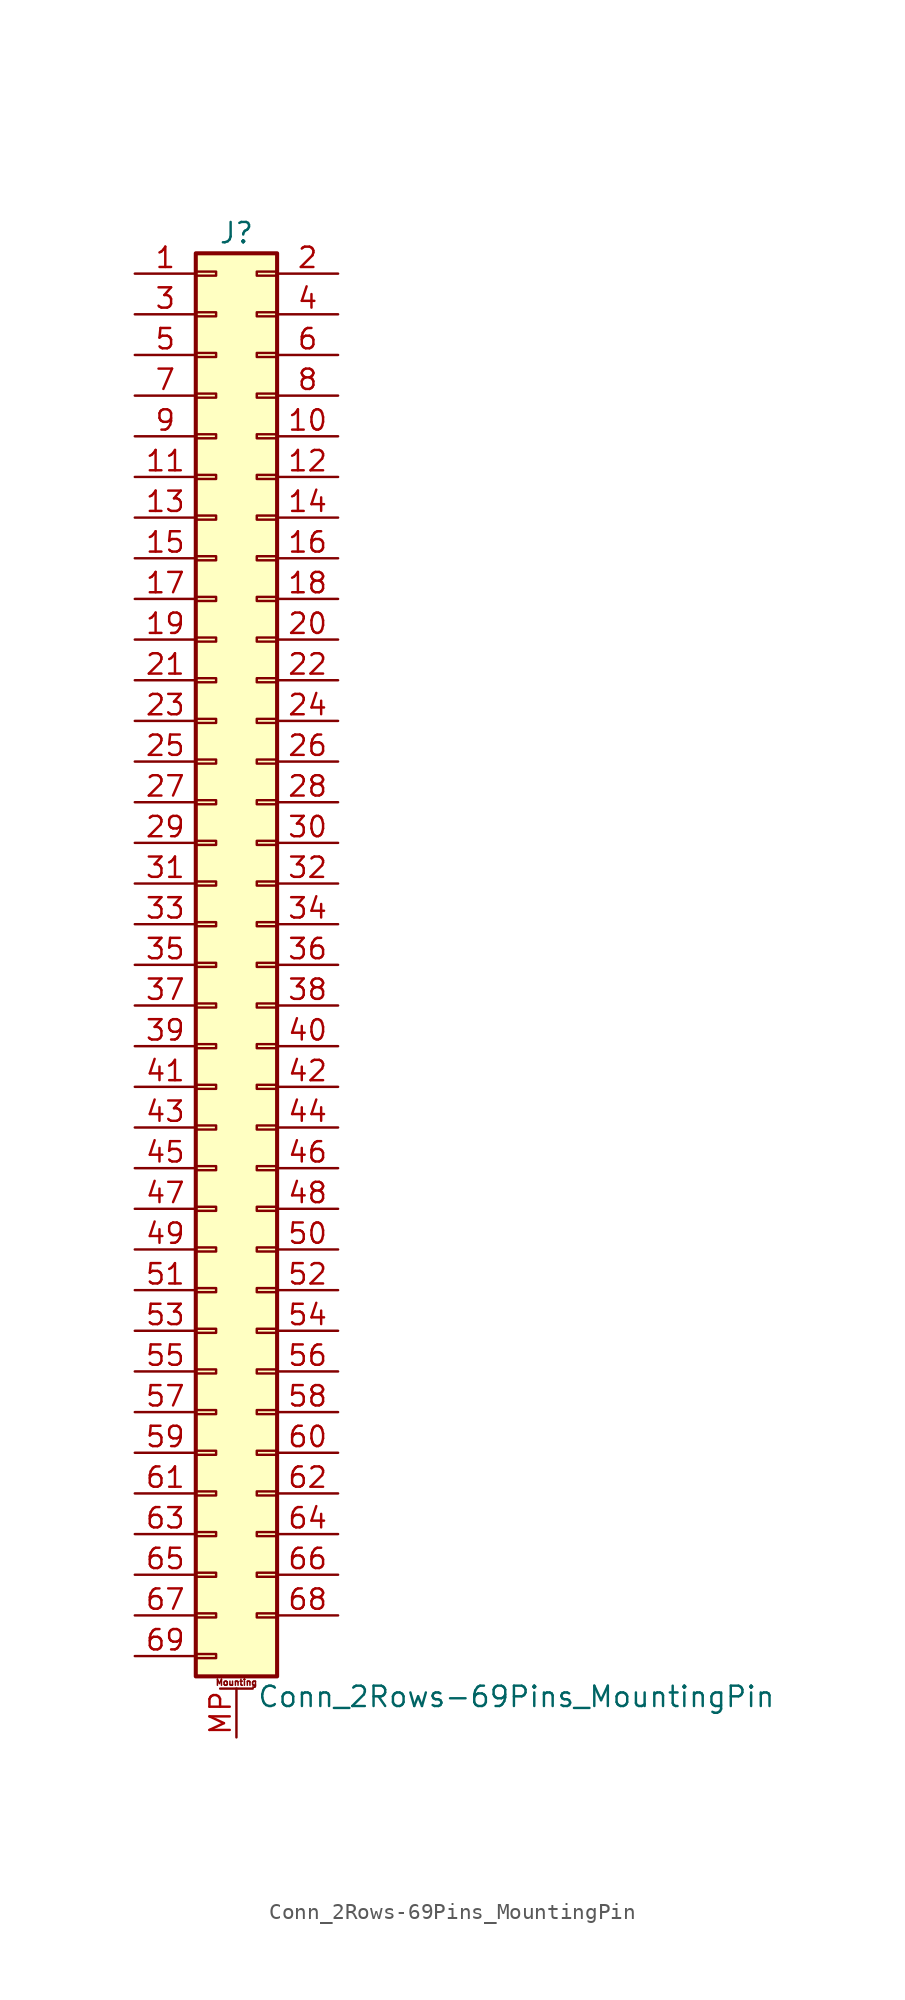
<source format=kicad_sym>
(kicad_symbol_lib
  (version 20200908)
  (generator kicad_symbol_editor)
  (symbol "Connector_Generic_MountingPin:Conn_2Rows-69Pins_MountingPin"
    (pin_names
      (offset 1.016) hide)
    (property "Reference" "J"
      (at 1.27 45.72 0)
      (effects (font (size 1.27 1.27))))
    (property "Value" "Conn_2Rows-69Pins_MountingPin"
      (at 2.54 -45.72 0)
      (effects (font (size 1.27 1.27)) (justify left)))
    (symbol "Conn_2Rows-69Pins_MountingPin_1_1"
      (text "Mounting" (at 1.27 -44.831 0) (effects (font (size 0.381 0.381))))
      (rectangle (start -1.27 -27.813) (end 0 -28.067) (stroke (width 0.152)) (fill (type none)))
      (rectangle (start -1.27 -30.353) (end 0 -30.607) (stroke (width 0.152)) (fill (type none)))
      (rectangle (start -1.27 -32.893) (end 0 -33.147) (stroke (width 0.152)) (fill (type none)))
      (rectangle (start -1.27 -35.433) (end 0 -35.687) (stroke (width 0.152)) (fill (type none)))
      (rectangle (start -1.27 -37.973) (end 0 -38.227) (stroke (width 0.152)) (fill (type none)))
      (rectangle (start -1.27 -40.513) (end 0 -40.767) (stroke (width 0.152)) (fill (type none)))
      (rectangle (start -1.27 -43.053) (end 0 -43.307) (stroke (width 0.152)) (fill (type none)))
      (rectangle (start -1.27 -4.953) (end 0 -5.207) (stroke (width 0.152)) (fill (type none)))
      (rectangle (start -1.27 -7.493) (end 0 -7.747) (stroke (width 0.152)) (fill (type none)))
      (rectangle (start -1.27 -10.033) (end 0 -10.287) (stroke (width 0.152)) (fill (type none)))
      (rectangle (start -1.27 -12.573) (end 0 -12.827) (stroke (width 0.152)) (fill (type none)))
      (rectangle (start -1.27 -15.113) (end 0 -15.367) (stroke (width 0.152)) (fill (type none)))
      (rectangle (start -1.27 -17.653) (end 0 -17.907) (stroke (width 0.152)) (fill (type none)))
      (rectangle (start -1.27 -20.193) (end 0 -20.447) (stroke (width 0.152)) (fill (type none)))
      (rectangle (start -1.27 -22.733) (end 0 -22.987) (stroke (width 0.152)) (fill (type none)))
      (rectangle (start -1.27 -2.413) (end 0 -2.667) (stroke (width 0.152)) (fill (type none)))
      (rectangle (start -1.27 -25.273) (end 0 -25.527) (stroke (width 0.152)) (fill (type none)))
      (rectangle (start -1.27 25.527) (end 0 25.273) (stroke (width 0.152)) (fill (type none)))
      (rectangle (start -1.27 2.667) (end 0 2.413) (stroke (width 0.152)) (fill (type none)))
      (rectangle (start -1.27 28.067) (end 0 27.813) (stroke (width 0.152)) (fill (type none)))
      (rectangle (start -1.27 30.607) (end 0 30.353) (stroke (width 0.152)) (fill (type none)))
      (rectangle (start -1.27 33.147) (end 0 32.893) (stroke (width 0.152)) (fill (type none)))
      (rectangle (start -1.27 35.687) (end 0 35.433) (stroke (width 0.152)) (fill (type none)))
      (rectangle (start -1.27 38.227) (end 0 37.973) (stroke (width 0.152)) (fill (type none)))
      (rectangle (start -1.27 40.767) (end 0 40.513) (stroke (width 0.152)) (fill (type none)))
      (rectangle (start -1.27 43.307) (end 0 43.053) (stroke (width 0.152)) (fill (type none)))
      (rectangle (start -1.27 44.45) (end 3.81 -44.45) (stroke (width 0.254)) (fill (type background)))
      (rectangle (start -1.27 5.207) (end 0 4.953) (stroke (width 0.152)) (fill (type none)))
      (rectangle (start -1.27 7.747) (end 0 7.493) (stroke (width 0.152)) (fill (type none)))
      (rectangle (start -1.27 10.287) (end 0 10.033) (stroke (width 0.152)) (fill (type none)))
      (rectangle (start -1.27 0.127) (end 0 -0.127) (stroke (width 0.152)) (fill (type none)))
      (rectangle (start -1.27 12.827) (end 0 12.573) (stroke (width 0.152)) (fill (type none)))
      (rectangle (start -1.27 15.367) (end 0 15.113) (stroke (width 0.152)) (fill (type none)))
      (rectangle (start -1.27 17.907) (end 0 17.653) (stroke (width 0.152)) (fill (type none)))
      (rectangle (start -1.27 20.447) (end 0 20.193) (stroke (width 0.152)) (fill (type none)))
      (rectangle (start -1.27 22.987) (end 0 22.733) (stroke (width 0.152)) (fill (type none)))
      (rectangle (start 3.81 -27.813) (end 2.54 -28.067) (stroke (width 0.152)) (fill (type none)))
      (rectangle (start 3.81 -30.353) (end 2.54 -30.607) (stroke (width 0.152)) (fill (type none)))
      (rectangle (start 3.81 -32.893) (end 2.54 -33.147) (stroke (width 0.152)) (fill (type none)))
      (rectangle (start 3.81 -35.433) (end 2.54 -35.687) (stroke (width 0.152)) (fill (type none)))
      (rectangle (start 3.81 -37.973) (end 2.54 -38.227) (stroke (width 0.152)) (fill (type none)))
      (rectangle (start 3.81 -40.513) (end 2.54 -40.767) (stroke (width 0.152)) (fill (type none)))
      (rectangle (start 3.81 -4.953) (end 2.54 -5.207) (stroke (width 0.152)) (fill (type none)))
      (rectangle (start 3.81 -7.493) (end 2.54 -7.747) (stroke (width 0.152)) (fill (type none)))
      (rectangle (start 3.81 -10.033) (end 2.54 -10.287) (stroke (width 0.152)) (fill (type none)))
      (rectangle (start 3.81 -12.573) (end 2.54 -12.827) (stroke (width 0.152)) (fill (type none)))
      (rectangle (start 3.81 -15.113) (end 2.54 -15.367) (stroke (width 0.152)) (fill (type none)))
      (rectangle (start 3.81 -17.653) (end 2.54 -17.907) (stroke (width 0.152)) (fill (type none)))
      (rectangle (start 3.81 -20.193) (end 2.54 -20.447) (stroke (width 0.152)) (fill (type none)))
      (rectangle (start 3.81 -22.733) (end 2.54 -22.987) (stroke (width 0.152)) (fill (type none)))
      (rectangle (start 3.81 -2.413) (end 2.54 -2.667) (stroke (width 0.152)) (fill (type none)))
      (rectangle (start 3.81 -25.273) (end 2.54 -25.527) (stroke (width 0.152)) (fill (type none)))
      (rectangle (start 3.81 25.527) (end 2.54 25.273) (stroke (width 0.152)) (fill (type none)))
      (rectangle (start 3.81 2.667) (end 2.54 2.413) (stroke (width 0.152)) (fill (type none)))
      (rectangle (start 3.81 28.067) (end 2.54 27.813) (stroke (width 0.152)) (fill (type none)))
      (rectangle (start 3.81 30.607) (end 2.54 30.353) (stroke (width 0.152)) (fill (type none)))
      (rectangle (start 3.81 33.147) (end 2.54 32.893) (stroke (width 0.152)) (fill (type none)))
      (rectangle (start 3.81 35.687) (end 2.54 35.433) (stroke (width 0.152)) (fill (type none)))
      (rectangle (start 3.81 38.227) (end 2.54 37.973) (stroke (width 0.152)) (fill (type none)))
      (rectangle (start 3.81 40.767) (end 2.54 40.513) (stroke (width 0.152)) (fill (type none)))
      (rectangle (start 3.81 43.307) (end 2.54 43.053) (stroke (width 0.152)) (fill (type none)))
      (rectangle (start 3.81 5.207) (end 2.54 4.953) (stroke (width 0.152)) (fill (type none)))
      (rectangle (start 3.81 7.747) (end 2.54 7.493) (stroke (width 0.152)) (fill (type none)))
      (rectangle (start 3.81 10.287) (end 2.54 10.033) (stroke (width 0.152)) (fill (type none)))
      (rectangle (start 3.81 0.127) (end 2.54 -0.127) (stroke (width 0.152)) (fill (type none)))
      (rectangle (start 3.81 12.827) (end 2.54 12.573) (stroke (width 0.152)) (fill (type none)))
      (rectangle (start 3.81 15.367) (end 2.54 15.113) (stroke (width 0.152)) (fill (type none)))
      (rectangle (start 3.81 17.907) (end 2.54 17.653) (stroke (width 0.152)) (fill (type none)))
      (rectangle (start 3.81 20.447) (end 2.54 20.193) (stroke (width 0.152)) (fill (type none)))
      (rectangle (start 3.81 22.987) (end 2.54 22.733) (stroke (width 0.152)) (fill (type none)))
      (polyline (pts (xy 0.254 -45.212) (xy 2.286 -45.212)) (stroke (width 0.152)) (fill (type none)))
      (pin passive line (at 1.27 -48.26 90) (length 3.048) (name "MountPin" (effects (font (size 1.27 1.27)))) (number "MP" (effects (font (size 1.27 1.27)))))
      (pin passive line (at -5.08 43.18 0) (length 3.81) (name "Pin_1" (effects (font (size 1.27 1.27)))) (number "1" (effects (font (size 1.27 1.27)))))
      (pin passive line (at 7.62 33.02 180) (length 3.81) (name "Pin_10" (effects (font (size 1.27 1.27)))) (number "10" (effects (font (size 1.27 1.27)))))
      (pin passive line (at -5.08 30.48 0) (length 3.81) (name "Pin_11" (effects (font (size 1.27 1.27)))) (number "11" (effects (font (size 1.27 1.27)))))
      (pin passive line (at 7.62 30.48 180) (length 3.81) (name "Pin_12" (effects (font (size 1.27 1.27)))) (number "12" (effects (font (size 1.27 1.27)))))
      (pin passive line (at -5.08 27.94 0) (length 3.81) (name "Pin_13" (effects (font (size 1.27 1.27)))) (number "13" (effects (font (size 1.27 1.27)))))
      (pin passive line (at 7.62 27.94 180) (length 3.81) (name "Pin_14" (effects (font (size 1.27 1.27)))) (number "14" (effects (font (size 1.27 1.27)))))
      (pin passive line (at -5.08 25.4 0) (length 3.81) (name "Pin_15" (effects (font (size 1.27 1.27)))) (number "15" (effects (font (size 1.27 1.27)))))
      (pin passive line (at 7.62 25.4 180) (length 3.81) (name "Pin_16" (effects (font (size 1.27 1.27)))) (number "16" (effects (font (size 1.27 1.27)))))
      (pin passive line (at -5.08 22.86 0) (length 3.81) (name "Pin_17" (effects (font (size 1.27 1.27)))) (number "17" (effects (font (size 1.27 1.27)))))
      (pin passive line (at 7.62 22.86 180) (length 3.81) (name "Pin_18" (effects (font (size 1.27 1.27)))) (number "18" (effects (font (size 1.27 1.27)))))
      (pin passive line (at -5.08 20.32 0) (length 3.81) (name "Pin_19" (effects (font (size 1.27 1.27)))) (number "19" (effects (font (size 1.27 1.27)))))
      (pin passive line (at 7.62 43.18 180) (length 3.81) (name "Pin_2" (effects (font (size 1.27 1.27)))) (number "2" (effects (font (size 1.27 1.27)))))
      (pin passive line (at 7.62 20.32 180) (length 3.81) (name "Pin_20" (effects (font (size 1.27 1.27)))) (number "20" (effects (font (size 1.27 1.27)))))
      (pin passive line (at -5.08 17.78 0) (length 3.81) (name "Pin_21" (effects (font (size 1.27 1.27)))) (number "21" (effects (font (size 1.27 1.27)))))
      (pin passive line (at 7.62 17.78 180) (length 3.81) (name "Pin_22" (effects (font (size 1.27 1.27)))) (number "22" (effects (font (size 1.27 1.27)))))
      (pin passive line (at -5.08 15.24 0) (length 3.81) (name "Pin_23" (effects (font (size 1.27 1.27)))) (number "23" (effects (font (size 1.27 1.27)))))
      (pin passive line (at 7.62 15.24 180) (length 3.81) (name "Pin_24" (effects (font (size 1.27 1.27)))) (number "24" (effects (font (size 1.27 1.27)))))
      (pin passive line (at -5.08 12.7 0) (length 3.81) (name "Pin_25" (effects (font (size 1.27 1.27)))) (number "25" (effects (font (size 1.27 1.27)))))
      (pin passive line (at 7.62 12.7 180) (length 3.81) (name "Pin_26" (effects (font (size 1.27 1.27)))) (number "26" (effects (font (size 1.27 1.27)))))
      (pin passive line (at -5.08 10.16 0) (length 3.81) (name "Pin_27" (effects (font (size 1.27 1.27)))) (number "27" (effects (font (size 1.27 1.27)))))
      (pin passive line (at 7.62 10.16 180) (length 3.81) (name "Pin_28" (effects (font (size 1.27 1.27)))) (number "28" (effects (font (size 1.27 1.27)))))
      (pin passive line (at -5.08 7.62 0) (length 3.81) (name "Pin_29" (effects (font (size 1.27 1.27)))) (number "29" (effects (font (size 1.27 1.27)))))
      (pin passive line (at -5.08 40.64 0) (length 3.81) (name "Pin_3" (effects (font (size 1.27 1.27)))) (number "3" (effects (font (size 1.27 1.27)))))
      (pin passive line (at 7.62 7.62 180) (length 3.81) (name "Pin_30" (effects (font (size 1.27 1.27)))) (number "30" (effects (font (size 1.27 1.27)))))
      (pin passive line (at -5.08 5.08 0) (length 3.81) (name "Pin_31" (effects (font (size 1.27 1.27)))) (number "31" (effects (font (size 1.27 1.27)))))
      (pin passive line (at 7.62 5.08 180) (length 3.81) (name "Pin_32" (effects (font (size 1.27 1.27)))) (number "32" (effects (font (size 1.27 1.27)))))
      (pin passive line (at -5.08 2.54 0) (length 3.81) (name "Pin_33" (effects (font (size 1.27 1.27)))) (number "33" (effects (font (size 1.27 1.27)))))
      (pin passive line (at 7.62 2.54 180) (length 3.81) (name "Pin_34" (effects (font (size 1.27 1.27)))) (number "34" (effects (font (size 1.27 1.27)))))
      (pin passive line (at -5.08 0 0) (length 3.81) (name "Pin_35" (effects (font (size 1.27 1.27)))) (number "35" (effects (font (size 1.27 1.27)))))
      (pin passive line (at 7.62 0 180) (length 3.81) (name "Pin_36" (effects (font (size 1.27 1.27)))) (number "36" (effects (font (size 1.27 1.27)))))
      (pin passive line (at -5.08 -2.54 0) (length 3.81) (name "Pin_37" (effects (font (size 1.27 1.27)))) (number "37" (effects (font (size 1.27 1.27)))))
      (pin passive line (at 7.62 -2.54 180) (length 3.81) (name "Pin_38" (effects (font (size 1.27 1.27)))) (number "38" (effects (font (size 1.27 1.27)))))
      (pin passive line (at -5.08 -5.08 0) (length 3.81) (name "Pin_39" (effects (font (size 1.27 1.27)))) (number "39" (effects (font (size 1.27 1.27)))))
      (pin passive line (at 7.62 40.64 180) (length 3.81) (name "Pin_4" (effects (font (size 1.27 1.27)))) (number "4" (effects (font (size 1.27 1.27)))))
      (pin passive line (at 7.62 -5.08 180) (length 3.81) (name "Pin_40" (effects (font (size 1.27 1.27)))) (number "40" (effects (font (size 1.27 1.27)))))
      (pin passive line (at -5.08 -7.62 0) (length 3.81) (name "Pin_41" (effects (font (size 1.27 1.27)))) (number "41" (effects (font (size 1.27 1.27)))))
      (pin passive line (at 7.62 -7.62 180) (length 3.81) (name "Pin_42" (effects (font (size 1.27 1.27)))) (number "42" (effects (font (size 1.27 1.27)))))
      (pin passive line (at -5.08 -10.16 0) (length 3.81) (name "Pin_43" (effects (font (size 1.27 1.27)))) (number "43" (effects (font (size 1.27 1.27)))))
      (pin passive line (at 7.62 -10.16 180) (length 3.81) (name "Pin_44" (effects (font (size 1.27 1.27)))) (number "44" (effects (font (size 1.27 1.27)))))
      (pin passive line (at -5.08 -12.7 0) (length 3.81) (name "Pin_45" (effects (font (size 1.27 1.27)))) (number "45" (effects (font (size 1.27 1.27)))))
      (pin passive line (at 7.62 -12.7 180) (length 3.81) (name "Pin_46" (effects (font (size 1.27 1.27)))) (number "46" (effects (font (size 1.27 1.27)))))
      (pin passive line (at -5.08 -15.24 0) (length 3.81) (name "Pin_47" (effects (font (size 1.27 1.27)))) (number "47" (effects (font (size 1.27 1.27)))))
      (pin passive line (at 7.62 -15.24 180) (length 3.81) (name "Pin_48" (effects (font (size 1.27 1.27)))) (number "48" (effects (font (size 1.27 1.27)))))
      (pin passive line (at -5.08 -17.78 0) (length 3.81) (name "Pin_49" (effects (font (size 1.27 1.27)))) (number "49" (effects (font (size 1.27 1.27)))))
      (pin passive line (at -5.08 38.1 0) (length 3.81) (name "Pin_5" (effects (font (size 1.27 1.27)))) (number "5" (effects (font (size 1.27 1.27)))))
      (pin passive line (at 7.62 -17.78 180) (length 3.81) (name "Pin_50" (effects (font (size 1.27 1.27)))) (number "50" (effects (font (size 1.27 1.27)))))
      (pin passive line (at -5.08 -20.32 0) (length 3.81) (name "Pin_51" (effects (font (size 1.27 1.27)))) (number "51" (effects (font (size 1.27 1.27)))))
      (pin passive line (at 7.62 -20.32 180) (length 3.81) (name "Pin_52" (effects (font (size 1.27 1.27)))) (number "52" (effects (font (size 1.27 1.27)))))
      (pin passive line (at -5.08 -22.86 0) (length 3.81) (name "Pin_53" (effects (font (size 1.27 1.27)))) (number "53" (effects (font (size 1.27 1.27)))))
      (pin passive line (at 7.62 -22.86 180) (length 3.81) (name "Pin_54" (effects (font (size 1.27 1.27)))) (number "54" (effects (font (size 1.27 1.27)))))
      (pin passive line (at -5.08 -25.4 0) (length 3.81) (name "Pin_55" (effects (font (size 1.27 1.27)))) (number "55" (effects (font (size 1.27 1.27)))))
      (pin passive line (at 7.62 -25.4 180) (length 3.81) (name "Pin_56" (effects (font (size 1.27 1.27)))) (number "56" (effects (font (size 1.27 1.27)))))
      (pin passive line (at -5.08 -27.94 0) (length 3.81) (name "Pin_57" (effects (font (size 1.27 1.27)))) (number "57" (effects (font (size 1.27 1.27)))))
      (pin passive line (at 7.62 -27.94 180) (length 3.81) (name "Pin_58" (effects (font (size 1.27 1.27)))) (number "58" (effects (font (size 1.27 1.27)))))
      (pin passive line (at -5.08 -30.48 0) (length 3.81) (name "Pin_59" (effects (font (size 1.27 1.27)))) (number "59" (effects (font (size 1.27 1.27)))))
      (pin passive line (at 7.62 38.1 180) (length 3.81) (name "Pin_6" (effects (font (size 1.27 1.27)))) (number "6" (effects (font (size 1.27 1.27)))))
      (pin passive line (at 7.62 -30.48 180) (length 3.81) (name "Pin_60" (effects (font (size 1.27 1.27)))) (number "60" (effects (font (size 1.27 1.27)))))
      (pin passive line (at -5.08 -33.02 0) (length 3.81) (name "Pin_61" (effects (font (size 1.27 1.27)))) (number "61" (effects (font (size 1.27 1.27)))))
      (pin passive line (at 7.62 -33.02 180) (length 3.81) (name "Pin_62" (effects (font (size 1.27 1.27)))) (number "62" (effects (font (size 1.27 1.27)))))
      (pin passive line (at -5.08 -35.56 0) (length 3.81) (name "Pin_63" (effects (font (size 1.27 1.27)))) (number "63" (effects (font (size 1.27 1.27)))))
      (pin passive line (at 7.62 -35.56 180) (length 3.81) (name "Pin_64" (effects (font (size 1.27 1.27)))) (number "64" (effects (font (size 1.27 1.27)))))
      (pin passive line (at -5.08 -38.1 0) (length 3.81) (name "Pin_65" (effects (font (size 1.27 1.27)))) (number "65" (effects (font (size 1.27 1.27)))))
      (pin passive line (at 7.62 -38.1 180) (length 3.81) (name "Pin_66" (effects (font (size 1.27 1.27)))) (number "66" (effects (font (size 1.27 1.27)))))
      (pin passive line (at -5.08 -40.64 0) (length 3.81) (name "Pin_67" (effects (font (size 1.27 1.27)))) (number "67" (effects (font (size 1.27 1.27)))))
      (pin passive line (at 7.62 -40.64 180) (length 3.81) (name "Pin_68" (effects (font (size 1.27 1.27)))) (number "68" (effects (font (size 1.27 1.27)))))
      (pin passive line (at -5.08 -43.18 0) (length 3.81) (name "Pin_69" (effects (font (size 1.27 1.27)))) (number "69" (effects (font (size 1.27 1.27)))))
      (pin passive line (at -5.08 35.56 0) (length 3.81) (name "Pin_7" (effects (font (size 1.27 1.27)))) (number "7" (effects (font (size 1.27 1.27)))))
      (pin passive line (at 7.62 35.56 180) (length 3.81) (name "Pin_8" (effects (font (size 1.27 1.27)))) (number "8" (effects (font (size 1.27 1.27)))))
      (pin passive line (at -5.08 33.02 0) (length 3.81) (name "Pin_9" (effects (font (size 1.27 1.27)))) (number "9" (effects (font (size 1.27 1.27))))))))
</source>
